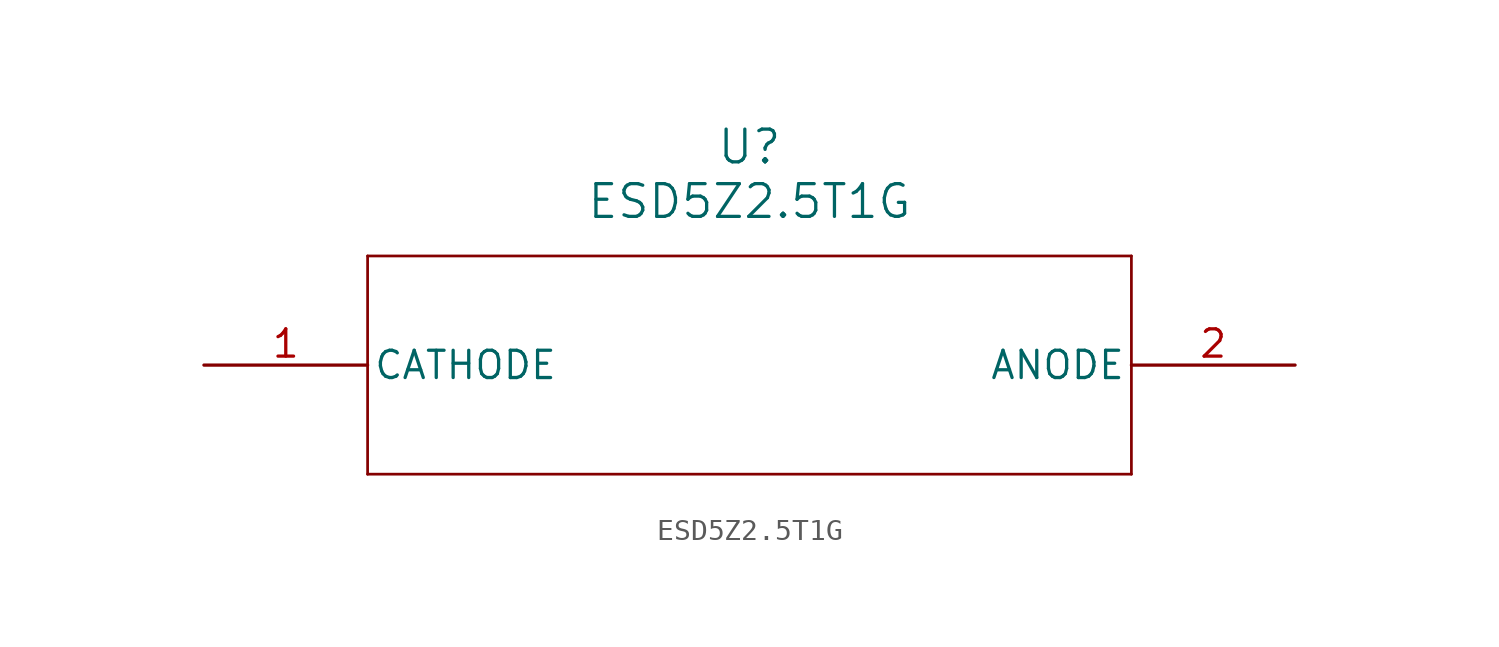
<source format=kicad_sym>
(kicad_symbol_lib
  (version 20211014)
  (generator kicad_symbol_editor)
  (symbol "ESD5Z2.5T1G"
    (pin_names
      (offset 0.254))
    (property "Reference" "U"
      (at 25.4 10.16 0)
      (effects (font (size 1.524 1.524))))
    (property "Value" "ESD5Z2.5T1G"
      (at 25.4 7.62 0)
      (effects (font (size 1.524 1.524))))
    (symbol "ESD5Z2.5T1G_0_1"
      (polyline (pts (xy 7.62 5.08) (xy 7.62 -5.08)) (stroke (width 0.127) (type default) (color 0 0 0 0)) (fill (type none)))
      (polyline (pts (xy 7.62 -5.08) (xy 43.18 -5.08)) (stroke (width 0.127) (type default) (color 0 0 0 0)) (fill (type none)))
      (polyline (pts (xy 43.18 -5.08) (xy 43.18 5.08)) (stroke (width 0.127) (type default) (color 0 0 0 0)) (fill (type none)))
      (polyline (pts (xy 43.18 5.08) (xy 7.62 5.08)) (stroke (width 0.127) (type default) (color 0 0 0 0)) (fill (type none)))
      (pin unspecified line (at 0 0 0) (length 7.62) (name "CATHODE" (effects (font (size 1.27 1.27)))) (number "1" (effects (font (size 1.27 1.27)))))
      (pin unspecified line (at 50.8 0 180) (length 7.62) (name "ANODE" (effects (font (size 1.27 1.27)))) (number "2" (effects (font (size 1.27 1.27))))))))
</source>
